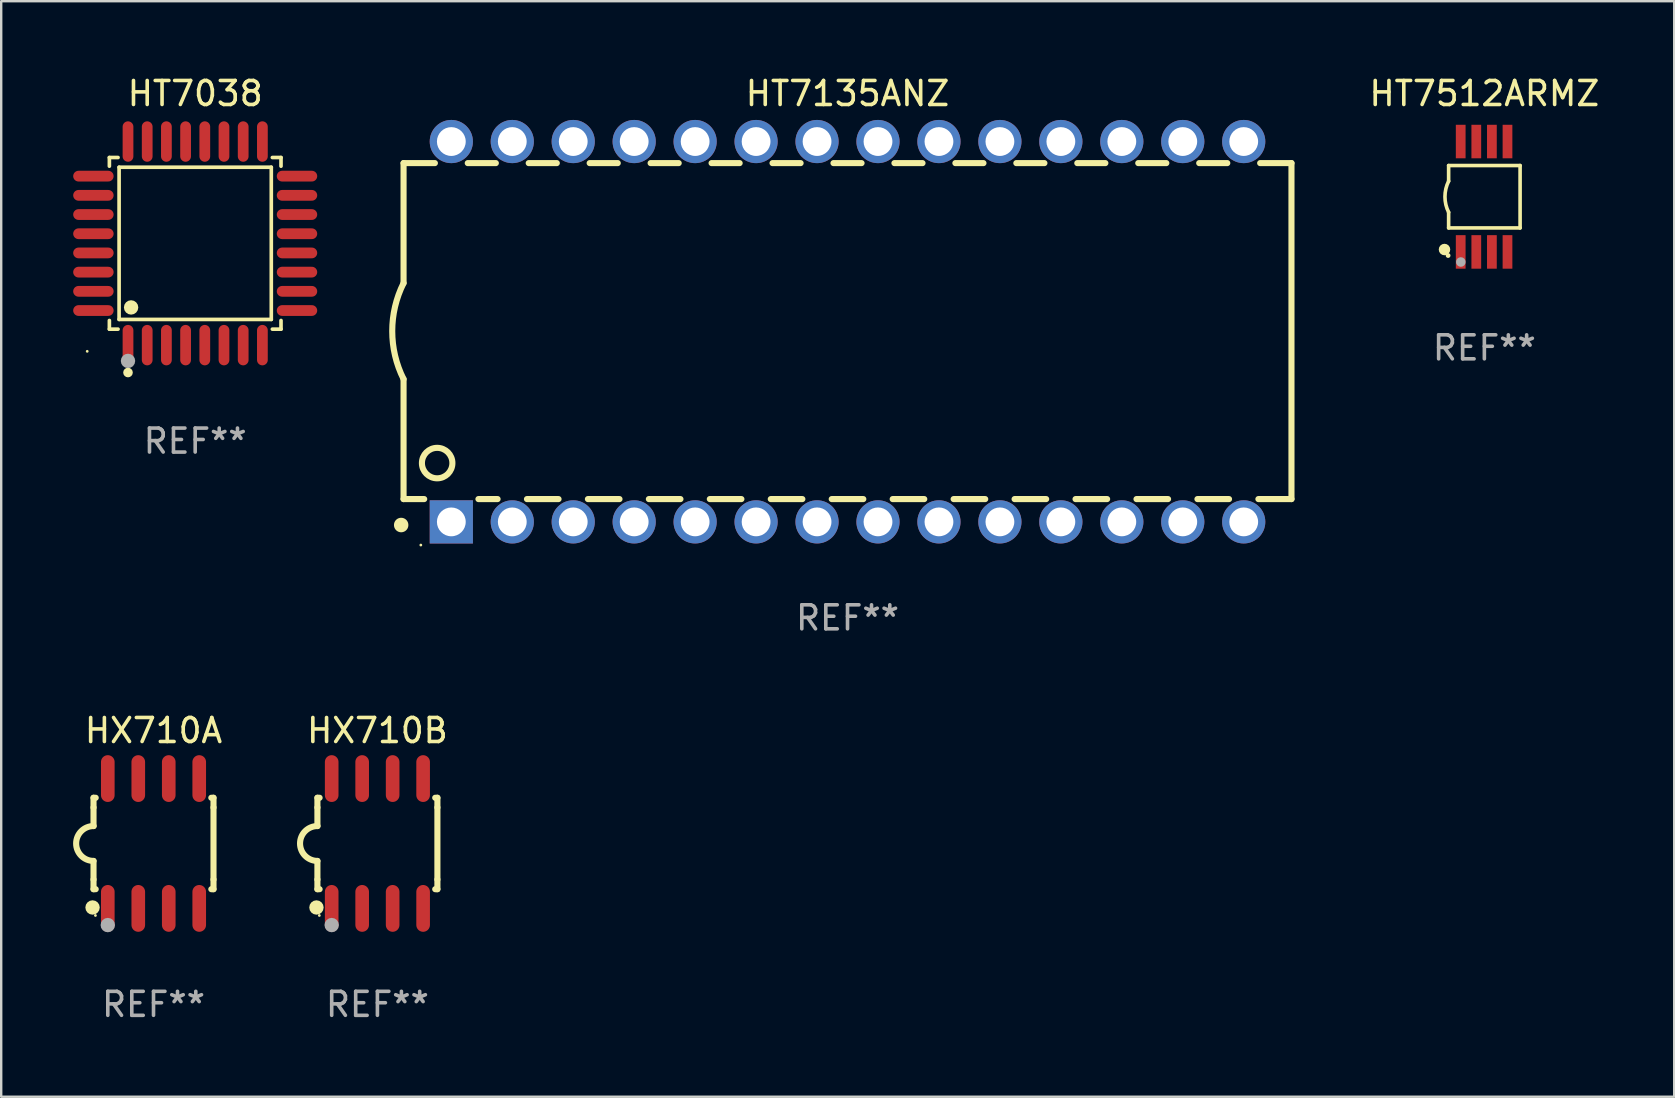
<source format=kicad_pcb>
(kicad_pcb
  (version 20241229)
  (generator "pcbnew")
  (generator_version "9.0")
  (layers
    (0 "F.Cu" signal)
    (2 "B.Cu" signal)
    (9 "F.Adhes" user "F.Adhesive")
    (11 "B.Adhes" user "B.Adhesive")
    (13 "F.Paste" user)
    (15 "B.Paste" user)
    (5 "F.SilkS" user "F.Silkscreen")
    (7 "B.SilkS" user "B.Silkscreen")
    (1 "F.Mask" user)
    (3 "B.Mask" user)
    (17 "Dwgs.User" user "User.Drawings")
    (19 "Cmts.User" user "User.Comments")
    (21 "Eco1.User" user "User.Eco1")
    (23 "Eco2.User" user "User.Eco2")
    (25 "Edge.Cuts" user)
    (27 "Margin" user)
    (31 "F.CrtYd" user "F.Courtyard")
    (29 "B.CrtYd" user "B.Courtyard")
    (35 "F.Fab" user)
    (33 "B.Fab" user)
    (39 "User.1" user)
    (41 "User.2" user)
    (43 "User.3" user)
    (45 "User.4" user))
  (footprint "HT7512ARMZ"
    (layer "F.Cu")
    (at 58.805 5.148)
    (property "Reference" "HT7512ARMZ" (at 0 -4.3 0) (layer "F.SilkS") (effects (font (size 1 1) (thickness 0.15))))
    (attr through_hole)
    (fp_line (start -1.489 -1.3) (end -1.489 -0.648) (stroke (width 0.15) (type solid)) (layer "F.SilkS"))
    (fp_line (start -1.489 0.648) (end -1.489 1.3) (stroke (width 0.15) (type solid)) (layer "F.SilkS"))
    (fp_line (start -1.489 1.3) (end 1.489 1.3) (stroke (width 0.15) (type solid)) (layer "F.SilkS"))
    (fp_line (start 1.489 -1.3) (end -1.489 -1.3) (stroke (width 0.15) (type solid)) (layer "F.SilkS"))
    (fp_line (start 1.489 1.3) (end 1.489 -1.3) (stroke (width 0.15) (type solid)) (layer "F.SilkS"))
    (fp_arc (start -1.489205 0.647702) (mid -1.642107 0) (end -1.489205 -0.647701) (stroke (width 0.150013) (type solid)) (layer "F.SilkS"))
    (fp_circle (center -1.661 2.2) (end -1.541 2.2) (stroke (width 0.24) (type solid)) (fill no) (layer "F.SilkS"))
    (fp_circle (center -1.511 2.45) (end -1.461 2.45) (stroke (width 0.1) (type solid)) (fill no) (layer "F.SilkS"))
    (fp_circle (center -0.981 2.72) (end -0.881 2.72) (stroke (width 0.2) (type solid)) (fill no) (layer "F.Fab"))
    (fp_text user "REF**" (at 0 6.3 0) (layer "F.Fab") (effects (font (size 1 1) (thickness 0.15))))
    (pad "1" smd rect (at -0.986 2.3) (size 0.406 1.397) (layers "F.Cu" "F.Mask" "F.Paste"))
    (pad "2" smd rect (at -0.336 2.3) (size 0.406 1.397) (layers "F.Cu" "F.Mask" "F.Paste"))
    (pad "3" smd rect (at 0.314 2.3) (size 0.406 1.397) (layers "F.Cu" "F.Mask" "F.Paste"))
    (pad "4" smd rect (at 0.964 2.3) (size 0.406 1.397) (layers "F.Cu" "F.Mask" "F.Paste"))
    (pad "5" smd rect (at 0.964 -2.3) (size 0.406 1.397) (layers "F.Cu" "F.Mask" "F.Paste"))
    (pad "6" smd rect (at 0.314 -2.3) (size 0.406 1.397) (layers "F.Cu" "F.Mask" "F.Paste"))
    (pad "7" smd rect (at -0.336 -2.3) (size 0.406 1.397) (layers "F.Cu" "F.Mask" "F.Paste"))
    (pad "8" smd rect (at -0.986 -2.3) (size 0.406 1.397) (layers "F.Cu" "F.Mask" "F.Paste")))
  (footprint "HT7038"
    (layer "F.Cu")
    (at 5.084 7.09)
    (property "Reference" "HT7038" (at 0 -6.242 0) (layer "F.SilkS") (effects (font (size 1 1) (thickness 0.15))))
    (attr through_hole)
    (fp_line (start -3.576 -3.576) (end -3.215 -3.576) (stroke (width 0.152) (type solid)) (layer "F.SilkS"))
    (fp_line (start -3.576 -3.215) (end -3.576 -3.576) (stroke (width 0.152) (type solid)) (layer "F.SilkS"))
    (fp_line (start -3.576 3.215) (end -3.576 3.576) (stroke (width 0.152) (type solid)) (layer "F.SilkS"))
    (fp_line (start -3.576 3.576) (end -3.215 3.576) (stroke (width 0.152) (type solid)) (layer "F.SilkS"))
    (fp_line (start -3.171 -3.171) (end 3.171 -3.171) (stroke (width 0.152) (type solid)) (layer "F.SilkS"))
    (fp_line (start -3.171 3.171) (end -3.171 -3.171) (stroke (width 0.152) (type solid)) (layer "F.SilkS"))
    (fp_line (start 3.171 -3.171) (end 3.171 3.171) (stroke (width 0.152) (type solid)) (layer "F.SilkS"))
    (fp_line (start 3.171 3.171) (end -3.171 3.171) (stroke (width 0.152) (type solid)) (layer "F.SilkS"))
    (fp_line (start 3.576 -3.576) (end 3.215 -3.576) (stroke (width 0.152) (type solid)) (layer "F.SilkS"))
    (fp_line (start 3.576 -3.215) (end 3.576 -3.576) (stroke (width 0.152) (type solid)) (layer "F.SilkS"))
    (fp_line (start 3.576 3.215) (end 3.576 3.576) (stroke (width 0.152) (type solid)) (layer "F.SilkS"))
    (fp_line (start 3.576 3.576) (end 3.215 3.576) (stroke (width 0.152) (type solid)) (layer "F.SilkS"))
    (fp_circle (center -4.5 4.5) (end -4.47 4.5) (stroke (width 0.06) (type solid)) (fill no) (layer "F.SilkS"))
    (fp_circle (center -2.8 5.384) (end -2.7 5.384) (stroke (width 0.2) (type solid)) (fill no) (layer "F.SilkS"))
    (fp_circle (center -2.671 2.671) (end -2.521 2.671) (stroke (width 0.3) (type solid)) (fill no) (layer "F.SilkS"))
    (fp_circle (center -2.8 4.9) (end -2.65 4.9) (stroke (width 0.3) (type solid)) (fill no) (layer "F.Fab"))
    (fp_text user "REF**" (at 0 8.242 0) (layer "F.Fab") (effects (font (size 1 1) (thickness 0.15))))
    (pad "1" smd oval (at -2.8 4.242) (size 0.448 1.684) (layers "F.Cu" "F.Mask" "F.Paste"))
    (pad "2" smd oval (at -2 4.242) (size 0.448 1.684) (layers "F.Cu" "F.Mask" "F.Paste"))
    (pad "3" smd oval (at -1.2 4.242) (size 0.448 1.684) (layers "F.Cu" "F.Mask" "F.Paste"))
    (pad "4" smd oval (at -0.4 4.242) (size 0.448 1.684) (layers "F.Cu" "F.Mask" "F.Paste"))
    (pad "5" smd oval (at 0.4 4.242) (size 0.448 1.684) (layers "F.Cu" "F.Mask" "F.Paste"))
    (pad "6" smd oval (at 1.2 4.242) (size 0.448 1.684) (layers "F.Cu" "F.Mask" "F.Paste"))
    (pad "7" smd oval (at 2 4.242) (size 0.448 1.684) (layers "F.Cu" "F.Mask" "F.Paste"))
    (pad "8" smd oval (at 2.8 4.242) (size 0.448 1.684) (layers "F.Cu" "F.Mask" "F.Paste"))
    (pad "9" smd oval (at 4.242 2.8) (size 1.684 0.448) (layers "F.Cu" "F.Mask" "F.Paste"))
    (pad "10" smd oval (at 4.242 2) (size 1.684 0.448) (layers "F.Cu" "F.Mask" "F.Paste"))
    (pad "11" smd oval (at 4.242 1.2) (size 1.684 0.448) (layers "F.Cu" "F.Mask" "F.Paste"))
    (pad "12" smd oval (at 4.242 0.4) (size 1.684 0.448) (layers "F.Cu" "F.Mask" "F.Paste"))
    (pad "13" smd oval (at 4.242 -0.4) (size 1.684 0.448) (layers "F.Cu" "F.Mask" "F.Paste"))
    (pad "14" smd oval (at 4.242 -1.2) (size 1.684 0.448) (layers "F.Cu" "F.Mask" "F.Paste"))
    (pad "15" smd oval (at 4.242 -2) (size 1.684 0.448) (layers "F.Cu" "F.Mask" "F.Paste"))
    (pad "16" smd oval (at 4.242 -2.8) (size 1.684 0.448) (layers "F.Cu" "F.Mask" "F.Paste"))
    (pad "17" smd oval (at 2.8 -4.242) (size 0.448 1.684) (layers "F.Cu" "F.Mask" "F.Paste"))
    (pad "18" smd oval (at 2 -4.242) (size 0.448 1.684) (layers "F.Cu" "F.Mask" "F.Paste"))
    (pad "19" smd oval (at 1.2 -4.242) (size 0.448 1.684) (layers "F.Cu" "F.Mask" "F.Paste"))
    (pad "20" smd oval (at 0.4 -4.242) (size 0.448 1.684) (layers "F.Cu" "F.Mask" "F.Paste"))
    (pad "21" smd oval (at -0.4 -4.242) (size 0.448 1.684) (layers "F.Cu" "F.Mask" "F.Paste"))
    (pad "22" smd oval (at -1.2 -4.242) (size 0.448 1.684) (layers "F.Cu" "F.Mask" "F.Paste"))
    (pad "23" smd oval (at -2 -4.242) (size 0.448 1.684) (layers "F.Cu" "F.Mask" "F.Paste"))
    (pad "24" smd oval (at -2.8 -4.242) (size 0.448 1.684) (layers "F.Cu" "F.Mask" "F.Paste"))
    (pad "25" smd oval (at -4.242 -2.8) (size 1.684 0.448) (layers "F.Cu" "F.Mask" "F.Paste"))
    (pad "26" smd oval (at -4.242 -2) (size 1.684 0.448) (layers "F.Cu" "F.Mask" "F.Paste"))
    (pad "27" smd oval (at -4.242 -1.2) (size 1.684 0.448) (layers "F.Cu" "F.Mask" "F.Paste"))
    (pad "28" smd oval (at -4.242 -0.4) (size 1.684 0.448) (layers "F.Cu" "F.Mask" "F.Paste"))
    (pad "29" smd oval (at -4.242 0.4) (size 1.684 0.448) (layers "F.Cu" "F.Mask" "F.Paste"))
    (pad "30" smd oval (at -4.242 1.2) (size 1.684 0.448) (layers "F.Cu" "F.Mask" "F.Paste"))
    (pad "31" smd oval (at -4.242 2) (size 1.684 0.448) (layers "F.Cu" "F.Mask" "F.Paste"))
    (pad "32" smd oval (at -4.242 2.8) (size 1.684 0.448) (layers "F.Cu" "F.Mask" "F.Paste")))
  (footprint "HT7135ANZ"
    (layer "F.Cu")
    (at 32.267 10.773)
    (property "Reference" "HT7135ANZ" (at 0 -9.925 0) (layer "F.SilkS") (effects (font (size 1 1) (thickness 0.15))))
    (attr through_hole)
    (fp_line (start -18.5 -7.026) (end -18.5 -2.026) (stroke (width 0.254) (type solid)) (layer "F.SilkS"))
    (fp_line (start -18.5 1.974) (end -18.5 6.974) (stroke (width 0.254) (type solid)) (layer "F.SilkS"))
    (fp_line (start -17.64 6.974) (end -18.5 6.974) (stroke (width 0.254) (type solid)) (layer "F.SilkS"))
    (fp_line (start -17.195 -7.026) (end -18.5 -7.026) (stroke (width 0.254) (type solid)) (layer "F.SilkS"))
    (fp_line (start -14.655 -7.026) (end -15.825 -7.026) (stroke (width 0.254) (type solid)) (layer "F.SilkS"))
    (fp_line (start -14.582 6.974) (end -15.38 6.974) (stroke (width 0.254) (type solid)) (layer "F.SilkS"))
    (fp_line (start -12.115 -7.026) (end -13.285 -7.026) (stroke (width 0.254) (type solid)) (layer "F.SilkS"))
    (fp_line (start -12.042 6.974) (end -13.358 6.974) (stroke (width 0.254) (type solid)) (layer "F.SilkS"))
    (fp_line (start -9.575 -7.026) (end -10.745 -7.026) (stroke (width 0.254) (type solid)) (layer "F.SilkS"))
    (fp_line (start -9.502 6.974) (end -10.818 6.974) (stroke (width 0.254) (type solid)) (layer "F.SilkS"))
    (fp_line (start -7.035 -7.026) (end -8.205 -7.026) (stroke (width 0.254) (type solid)) (layer "F.SilkS"))
    (fp_line (start -6.962 6.974) (end -8.278 6.974) (stroke (width 0.254) (type solid)) (layer "F.SilkS"))
    (fp_line (start -4.495 -7.026) (end -5.665 -7.026) (stroke (width 0.254) (type solid)) (layer "F.SilkS"))
    (fp_line (start -4.422 6.974) (end -5.738 6.974) (stroke (width 0.254) (type solid)) (layer "F.SilkS"))
    (fp_line (start -1.955 -7.026) (end -3.125 -7.026) (stroke (width 0.254) (type solid)) (layer "F.SilkS"))
    (fp_line (start -1.882 6.974) (end -3.198 6.974) (stroke (width 0.254) (type solid)) (layer "F.SilkS"))
    (fp_line (start 0.585 -7.026) (end -0.585 -7.026) (stroke (width 0.254) (type solid)) (layer "F.SilkS"))
    (fp_line (start 0.658 6.974) (end -0.658 6.974) (stroke (width 0.254) (type solid)) (layer "F.SilkS"))
    (fp_line (start 3.125 -7.026) (end 1.955 -7.026) (stroke (width 0.254) (type solid)) (layer "F.SilkS"))
    (fp_line (start 3.198 6.974) (end 1.882 6.974) (stroke (width 0.254) (type solid)) (layer "F.SilkS"))
    (fp_line (start 5.665 -7.026) (end 4.495 -7.026) (stroke (width 0.254) (type solid)) (layer "F.SilkS"))
    (fp_line (start 5.738 6.974) (end 4.422 6.974) (stroke (width 0.254) (type solid)) (layer "F.SilkS"))
    (fp_line (start 8.205 -7.026) (end 7.035 -7.026) (stroke (width 0.254) (type solid)) (layer "F.SilkS"))
    (fp_line (start 8.278 6.974) (end 6.962 6.974) (stroke (width 0.254) (type solid)) (layer "F.SilkS"))
    (fp_line (start 10.745 -7.026) (end 9.575 -7.026) (stroke (width 0.254) (type solid)) (layer "F.SilkS"))
    (fp_line (start 10.818 6.974) (end 9.502 6.974) (stroke (width 0.254) (type solid)) (layer "F.SilkS"))
    (fp_line (start 13.285 -7.026) (end 12.115 -7.026) (stroke (width 0.254) (type solid)) (layer "F.SilkS"))
    (fp_line (start 13.358 6.974) (end 12.042 6.974) (stroke (width 0.254) (type solid)) (layer "F.SilkS"))
    (fp_line (start 15.825 -7.026) (end 14.655 -7.026) (stroke (width 0.254) (type solid)) (layer "F.SilkS"))
    (fp_line (start 15.898 6.974) (end 14.582 6.974) (stroke (width 0.254) (type solid)) (layer "F.SilkS"))
    (fp_line (start 18.5 -7.026) (end 17.195 -7.026) (stroke (width 0.254) (type solid)) (layer "F.SilkS"))
    (fp_line (start 18.5 6.974) (end 17.122 6.974) (stroke (width 0.254) (type solid)) (layer "F.SilkS"))
    (fp_line (start 18.5 6.974) (end 18.5 -7.026) (stroke (width 0.254) (type solid)) (layer "F.SilkS"))
    (fp_arc (start -18.599924 8.057734) (mid -18.599935 8.055207) (end -18.599924 8.052679) (stroke (width 0.6) (type solid)) (layer "F.SilkS"))
    (fp_arc (start -18.500051 1.974346) (mid -18.972187 -0.025654) (end -18.500051 -2.025654) (stroke (width 0.254001) (type solid)) (layer "F.SilkS"))
    (fp_circle (center -17.78 8.89) (end -17.75 8.89) (stroke (width 0.06) (type solid)) (fill no) (layer "F.SilkS"))
    (fp_circle (center -17.1 5.474) (end -16.465 5.474) (stroke (width 0.254) (type solid)) (fill no) (layer "F.SilkS"))
    (fp_text user "REF**" (at 0 11.925 0) (layer "F.Fab") (effects (font (size 1 1) (thickness 0.15))))
    (pad "1" thru_hole rect (at -16.51 7.925) (size 1.8 1.8) (drill 1.2) (layers "*.Cu" "*.Mask"))
    (pad "2" thru_hole circle (at -13.97 7.925) (size 1.8 1.8) (drill 1.2) (layers "*.Cu" "*.Mask"))
    (pad "3" thru_hole circle (at -11.43 7.924) (size 1.8 1.8) (drill 1.2) (layers "*.Cu" "*.Mask"))
    (pad "4" thru_hole circle (at -8.89 7.924) (size 1.8 1.8) (drill 1.2) (layers "*.Cu" "*.Mask"))
    (pad "5" thru_hole circle (at -6.35 7.924) (size 1.8 1.8) (drill 1.2) (layers "*.Cu" "*.Mask"))
    (pad "6" thru_hole circle (at -3.81 7.924) (size 1.8 1.8) (drill 1.2) (layers "*.Cu" "*.Mask"))
    (pad "7" thru_hole circle (at -1.27 7.924) (size 1.8 1.8) (drill 1.2) (layers "*.Cu" "*.Mask"))
    (pad "8" thru_hole circle (at 1.27 7.924) (size 1.8 1.8) (drill 1.2) (layers "*.Cu" "*.Mask"))
    (pad "9" thru_hole circle (at 3.81 7.924) (size 1.8 1.8) (drill 1.2) (layers "*.Cu" "*.Mask"))
    (pad "10" thru_hole circle (at 6.35 7.924) (size 1.8 1.8) (drill 1.2) (layers "*.Cu" "*.Mask"))
    (pad "11" thru_hole circle (at 8.89 7.924) (size 1.8 1.8) (drill 1.2) (layers "*.Cu" "*.Mask"))
    (pad "12" thru_hole circle (at 11.43 7.924) (size 1.8 1.8) (drill 1.2) (layers "*.Cu" "*.Mask"))
    (pad "13" thru_hole circle (at 13.97 7.924) (size 1.8 1.8) (drill 1.2) (layers "*.Cu" "*.Mask"))
    (pad "14" thru_hole circle (at 16.51 7.924) (size 1.8 1.8) (drill 1.2) (layers "*.Cu" "*.Mask"))
    (pad "15" thru_hole circle (at 16.51 -7.925) (size 1.8 1.8) (drill 1.2) (layers "*.Cu" "*.Mask"))
    (pad "16" thru_hole circle (at 13.97 -7.925) (size 1.8 1.8) (drill 1.2) (layers "*.Cu" "*.Mask"))
    (pad "17" thru_hole circle (at 11.43 -7.925) (size 1.8 1.8) (drill 1.2) (layers "*.Cu" "*.Mask"))
    (pad "18" thru_hole circle (at 8.89 -7.925) (size 1.8 1.8) (drill 1.2) (layers "*.Cu" "*.Mask"))
    (pad "19" thru_hole circle (at 6.35 -7.925) (size 1.8 1.8) (drill 1.2) (layers "*.Cu" "*.Mask"))
    (pad "20" thru_hole circle (at 3.81 -7.925) (size 1.8 1.8) (drill 1.2) (layers "*.Cu" "*.Mask"))
    (pad "21" thru_hole circle (at 1.27 -7.925) (size 1.8 1.8) (drill 1.2) (layers "*.Cu" "*.Mask"))
    (pad "22" thru_hole circle (at -1.27 -7.925) (size 1.8 1.8) (drill 1.2) (layers "*.Cu" "*.Mask"))
    (pad "23" thru_hole circle (at -3.81 -7.925) (size 1.8 1.8) (drill 1.2) (layers "*.Cu" "*.Mask"))
    (pad "24" thru_hole circle (at -6.35 -7.925) (size 1.8 1.8) (drill 1.2) (layers "*.Cu" "*.Mask"))
    (pad "25" thru_hole circle (at -8.89 -7.925) (size 1.8 1.8) (drill 1.2) (layers "*.Cu" "*.Mask"))
    (pad "26" thru_hole circle (at -11.43 -7.925) (size 1.8 1.8) (drill 1.2) (layers "*.Cu" "*.Mask"))
    (pad "27" thru_hole circle (at -13.97 -7.925) (size 1.8 1.8) (drill 1.2) (layers "*.Cu" "*.Mask"))
    (pad "28" thru_hole circle (at -16.51 -7.925) (size 1.8 1.8) (drill 1.2) (layers "*.Cu" "*.Mask")))
  (footprint "HX710A"
    (layer "F.Cu")
    (at 3.347 32.099)
    (property "Reference" "HX710A" (at 0 -4.705 0) (layer "F.SilkS") (effects (font (size 1 1) (thickness 0.15))))
    (attr through_hole)
    (fp_line (start -2.5 -1.905) (end -2.409 -1.905) (stroke (width 0.254) (type solid)) (layer "F.SilkS"))
    (fp_line (start -2.5 -1.5) (end -2.5 -1.905) (stroke (width 0.254) (type solid)) (layer "F.SilkS"))
    (fp_line (start -2.5 -1.5) (end -2.5 -0.726) (stroke (width 0.254) (type solid)) (layer "F.SilkS"))
    (fp_line (start -2.5 1.5) (end -2.5 0.727) (stroke (width 0.254) (type solid)) (layer "F.SilkS"))
    (fp_line (start -2.5 1.5) (end -2.5 1.905) (stroke (width 0.254) (type solid)) (layer "F.SilkS"))
    (fp_line (start -2.5 1.905) (end -2.409 1.905) (stroke (width 0.254) (type solid)) (layer "F.SilkS"))
    (fp_line (start 2.5 -1.905) (end 2.409 -1.905) (stroke (width 0.254) (type solid)) (layer "F.SilkS"))
    (fp_line (start 2.5 -1.5) (end 2.5 -1.905) (stroke (width 0.254) (type solid)) (layer "F.SilkS"))
    (fp_line (start 2.5 -1.5) (end 2.5 1.5) (stroke (width 0.254) (type solid)) (layer "F.SilkS"))
    (fp_line (start 2.5 1.5) (end 2.5 1.905) (stroke (width 0.254) (type solid)) (layer "F.SilkS"))
    (fp_line (start 2.5 1.905) (end 2.409 1.905) (stroke (width 0.254) (type solid)) (layer "F.SilkS"))
    (fp_arc (start -2.5 0.726568) (mid -3.220316 -0.0023) (end -2.495097 -0.726289) (stroke (width 0.254001) (type solid)) (layer "F.SilkS"))
    (fp_circle (center -2.54 2.667) (end -2.39 2.667) (stroke (width 0.3) (type solid)) (fill no) (layer "F.SilkS"))
    (fp_circle (center -2.42 3) (end -2.39 3) (stroke (width 0.06) (type solid)) (fill no) (layer "F.SilkS"))
    (fp_circle (center -1.905 3.4) (end -1.755 3.4) (stroke (width 0.3) (type solid)) (fill no) (layer "F.Fab"))
    (fp_text user "REF**" (at 0 6.705 0) (layer "F.Fab") (effects (font (size 1 1) (thickness 0.15))))
    (pad "1" smd oval (at -1.905 2.705) (size 0.568 1.95) (layers "F.Cu" "F.Mask" "F.Paste"))
    (pad "2" smd oval (at -0.635 2.705) (size 0.568 1.95) (layers "F.Cu" "F.Mask" "F.Paste"))
    (pad "3" smd oval (at 0.635 2.705) (size 0.568 1.95) (layers "F.Cu" "F.Mask" "F.Paste"))
    (pad "4" smd oval (at 1.905 2.705) (size 0.568 1.95) (layers "F.Cu" "F.Mask" "F.Paste"))
    (pad "5" smd oval (at 1.905 -2.705) (size 0.568 1.95) (layers "F.Cu" "F.Mask" "F.Paste"))
    (pad "6" smd oval (at 0.635 -2.705) (size 0.568 1.95) (layers "F.Cu" "F.Mask" "F.Paste"))
    (pad "7" smd oval (at -0.635 -2.705) (size 0.568 1.95) (layers "F.Cu" "F.Mask" "F.Paste"))
    (pad "8" smd oval (at -1.905 -2.705) (size 0.568 1.95) (layers "F.Cu" "F.Mask" "F.Paste")))
  (footprint "HX710B"
    (layer "F.Cu")
    (at 12.677 32.099)
    (property "Reference" "HX710B" (at 0 -4.705 0) (layer "F.SilkS") (effects (font (size 1 1) (thickness 0.15))))
    (attr through_hole)
    (fp_line (start -2.5 -1.905) (end -2.409 -1.905) (stroke (width 0.254) (type solid)) (layer "F.SilkS"))
    (fp_line (start -2.5 -1.5) (end -2.5 -1.905) (stroke (width 0.254) (type solid)) (layer "F.SilkS"))
    (fp_line (start -2.5 -1.5) (end -2.5 -0.726) (stroke (width 0.254) (type solid)) (layer "F.SilkS"))
    (fp_line (start -2.5 1.5) (end -2.5 0.727) (stroke (width 0.254) (type solid)) (layer "F.SilkS"))
    (fp_line (start -2.5 1.5) (end -2.5 1.905) (stroke (width 0.254) (type solid)) (layer "F.SilkS"))
    (fp_line (start -2.5 1.905) (end -2.409 1.905) (stroke (width 0.254) (type solid)) (layer "F.SilkS"))
    (fp_line (start 2.5 -1.905) (end 2.409 -1.905) (stroke (width 0.254) (type solid)) (layer "F.SilkS"))
    (fp_line (start 2.5 -1.5) (end 2.5 -1.905) (stroke (width 0.254) (type solid)) (layer "F.SilkS"))
    (fp_line (start 2.5 -1.5) (end 2.5 1.5) (stroke (width 0.254) (type solid)) (layer "F.SilkS"))
    (fp_line (start 2.5 1.5) (end 2.5 1.905) (stroke (width 0.254) (type solid)) (layer "F.SilkS"))
    (fp_line (start 2.5 1.905) (end 2.409 1.905) (stroke (width 0.254) (type solid)) (layer "F.SilkS"))
    (fp_arc (start -2.5 0.726568) (mid -3.220316 -0.0023) (end -2.495097 -0.726289) (stroke (width 0.254001) (type solid)) (layer "F.SilkS"))
    (fp_circle (center -2.54 2.667) (end -2.39 2.667) (stroke (width 0.3) (type solid)) (fill no) (layer "F.SilkS"))
    (fp_circle (center -2.42 3) (end -2.39 3) (stroke (width 0.06) (type solid)) (fill no) (layer "F.SilkS"))
    (fp_circle (center -1.905 3.4) (end -1.755 3.4) (stroke (width 0.3) (type solid)) (fill no) (layer "F.Fab"))
    (fp_text user "REF**" (at 0 6.705 0) (layer "F.Fab") (effects (font (size 1 1) (thickness 0.15))))
    (pad "1" smd oval (at -1.905 2.705) (size 0.568 1.95) (layers "F.Cu" "F.Mask" "F.Paste"))
    (pad "2" smd oval (at -0.635 2.705) (size 0.568 1.95) (layers "F.Cu" "F.Mask" "F.Paste"))
    (pad "3" smd oval (at 0.635 2.705) (size 0.568 1.95) (layers "F.Cu" "F.Mask" "F.Paste"))
    (pad "4" smd oval (at 1.905 2.705) (size 0.568 1.95) (layers "F.Cu" "F.Mask" "F.Paste"))
    (pad "5" smd oval (at 1.905 -2.705) (size 0.568 1.95) (layers "F.Cu" "F.Mask" "F.Paste"))
    (pad "6" smd oval (at 0.635 -2.705) (size 0.568 1.95) (layers "F.Cu" "F.Mask" "F.Paste"))
    (pad "7" smd oval (at -0.635 -2.705) (size 0.568 1.95) (layers "F.Cu" "F.Mask" "F.Paste"))
    (pad "8" smd oval (at -1.905 -2.705) (size 0.568 1.95) (layers "F.Cu" "F.Mask" "F.Paste")))
  (gr_rect
    (start -3 -3)
    (end 66.716 42.653)
    (stroke (width 0.1) (type default))
    (fill no)
    (layer "Edge.Cuts")))
</source>
